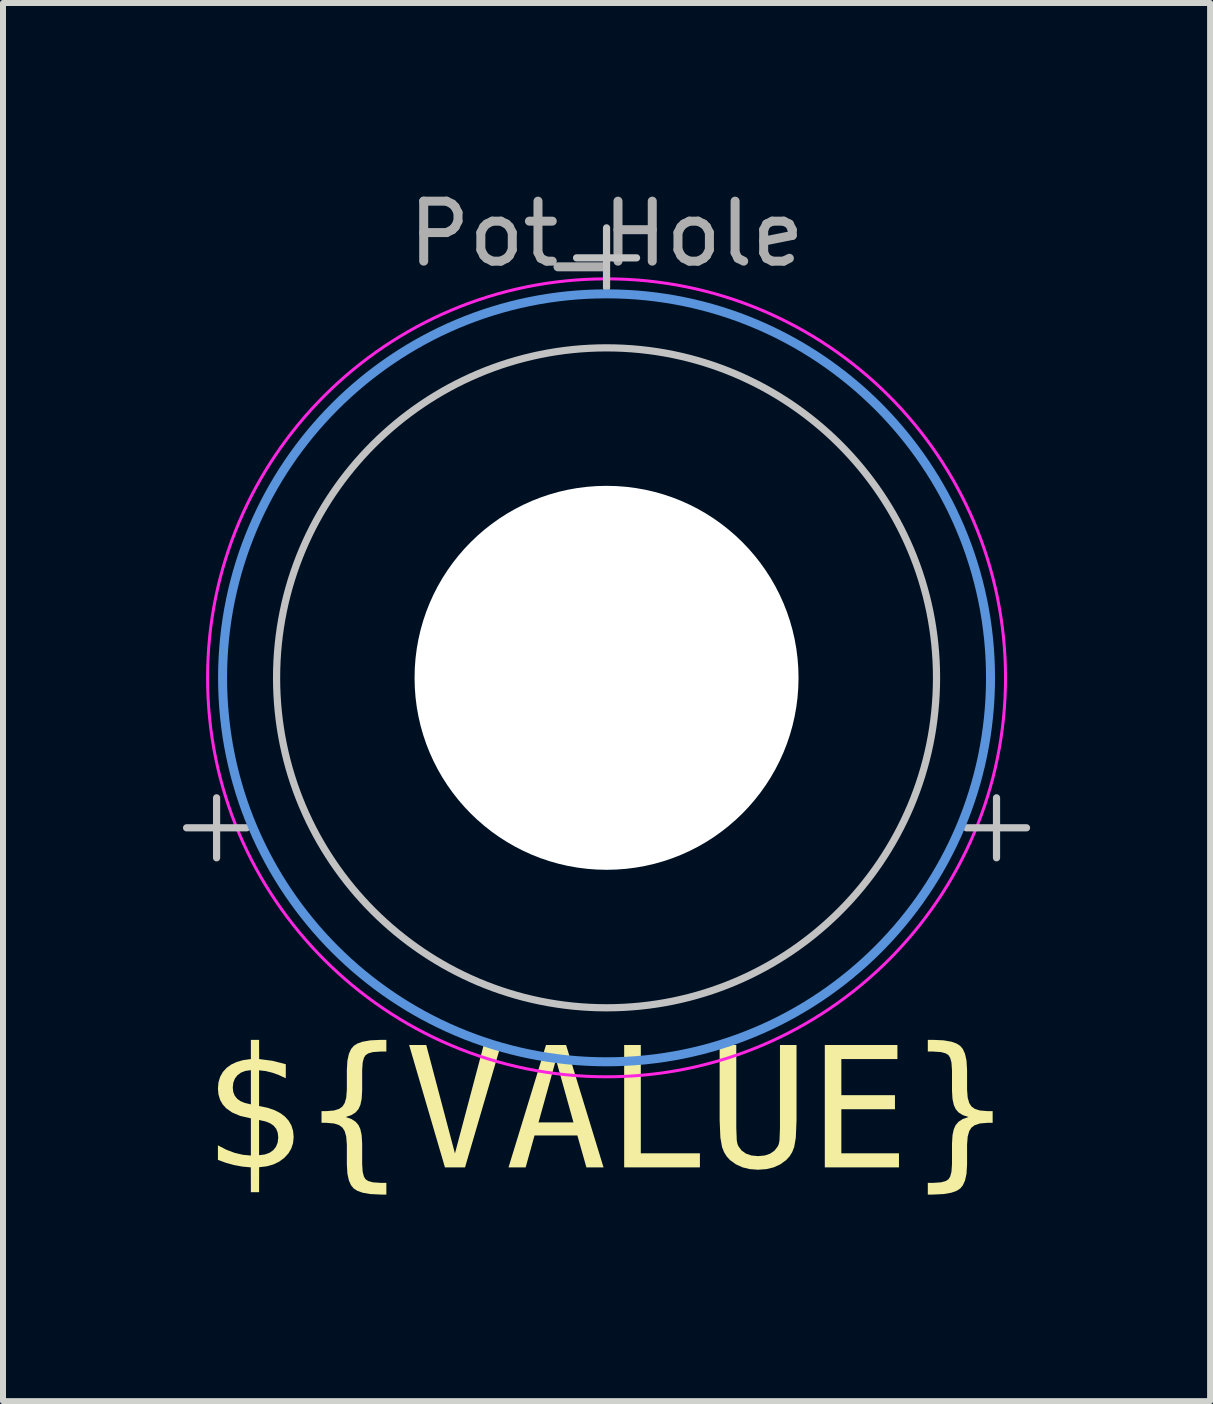
<source format=kicad_pcb>
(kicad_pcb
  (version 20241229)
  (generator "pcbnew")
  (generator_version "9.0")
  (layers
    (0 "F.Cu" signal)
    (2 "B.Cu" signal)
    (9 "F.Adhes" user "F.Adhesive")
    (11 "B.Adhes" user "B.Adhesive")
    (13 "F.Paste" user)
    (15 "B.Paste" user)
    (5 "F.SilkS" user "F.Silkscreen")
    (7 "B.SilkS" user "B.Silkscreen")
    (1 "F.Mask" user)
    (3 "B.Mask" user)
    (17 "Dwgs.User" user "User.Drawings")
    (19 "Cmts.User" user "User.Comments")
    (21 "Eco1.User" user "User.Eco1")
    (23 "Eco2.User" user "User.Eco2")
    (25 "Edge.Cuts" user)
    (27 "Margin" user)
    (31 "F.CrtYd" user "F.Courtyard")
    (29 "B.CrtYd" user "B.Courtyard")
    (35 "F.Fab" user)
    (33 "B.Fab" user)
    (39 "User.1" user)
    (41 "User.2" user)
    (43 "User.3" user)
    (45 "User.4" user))
  (footprint "Pot_Hole"
    (layer "F.Cu")
    (at 7.06 8.248)
    (property "Reference" "Pot_Hole" (at 0 -7.4 0) (layer "F.Fab") (effects (font (size 1 1) (thickness 0.15))))
    (property "Value" "${VALUE}" (at 0 7.4 0) (layer "F.Fab") (hide yes) (effects (font (size 1 1) (thickness 0.15))))
    (attr exclude_from_pos_files)
    (fp_line (start -7 2.5) (end -6 2.5) (stroke (width 0.12) (type default)) (layer "Dwgs.User"))
    (fp_line (start -6.5 3) (end -6.5 2) (stroke (width 0.12) (type default)) (layer "Dwgs.User"))
    (fp_line (start -0.5 -7) (end 0.5 -7) (stroke (width 0.12) (type default)) (layer "Dwgs.User"))
    (fp_line (start 0 -6.5) (end 0 -7.5) (stroke (width 0.12) (type default)) (layer "Dwgs.User"))
    (fp_line (start 6 2.5) (end 7 2.5) (stroke (width 0.12) (type default)) (layer "Dwgs.User"))
    (fp_line (start 6.5 3) (end 6.5 2) (stroke (width 0.12) (type default)) (layer "Dwgs.User"))
    (fp_circle (center 0 0) (end 0 -5.5) (stroke (width 0.12) (type default)) (fill no) (layer "Dwgs.User"))
    (fp_circle (center 0 0) (end 6.4 0) (stroke (width 0.15) (type solid)) (fill no) (layer "Cmts.User"))
    (fp_circle (center 0 0) (end 6.65 0) (stroke (width 0.05) (type solid)) (fill no) (layer "F.CrtYd"))
    (fp_text user "${VALUE}" (at 0 8.5 0) (unlocked yes) (layer "F.SilkS") (effects (font (face "Consolas") (size 2 2) (thickness 0.15)) (justify bottom)))
    (fp_text user "${REFERENCE}" (at 0 0 0) (layer "F.Fab") (effects (font (size 1 1) (thickness 0.15))))
    (pad "" np_thru_hole circle (at 0 0) (size 6.4 6.4) (drill 6.4) (layers "*.Cu" "*.Mask")))
  (gr_rect
    (start -3 -3)
    (end 17.12 20.304)
    (stroke (width 0.1) (type default))
    (fill no)
    (layer "Edge.Cuts")))
</source>
